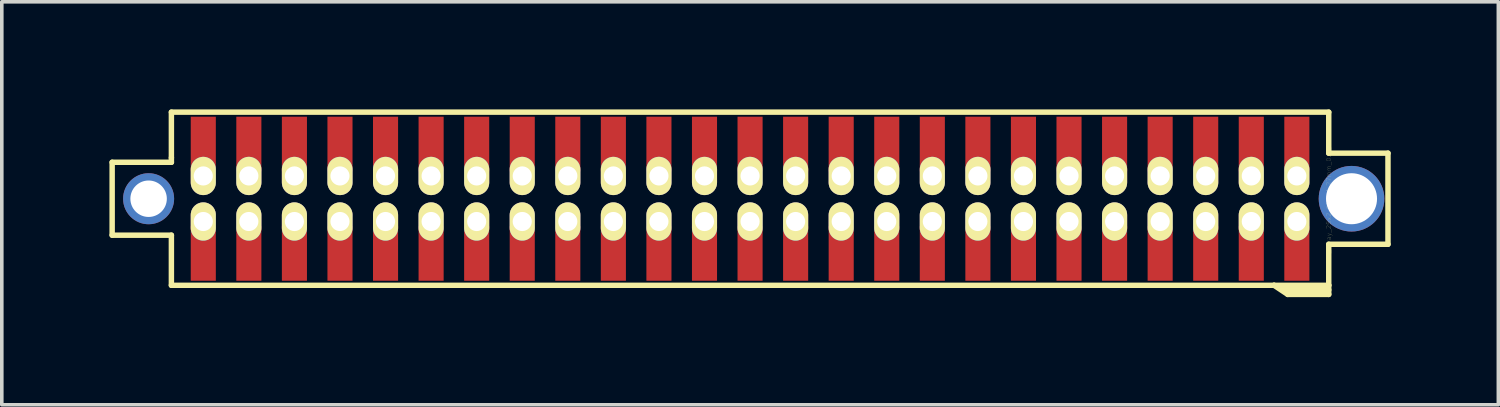
<source format=kicad_pcb>
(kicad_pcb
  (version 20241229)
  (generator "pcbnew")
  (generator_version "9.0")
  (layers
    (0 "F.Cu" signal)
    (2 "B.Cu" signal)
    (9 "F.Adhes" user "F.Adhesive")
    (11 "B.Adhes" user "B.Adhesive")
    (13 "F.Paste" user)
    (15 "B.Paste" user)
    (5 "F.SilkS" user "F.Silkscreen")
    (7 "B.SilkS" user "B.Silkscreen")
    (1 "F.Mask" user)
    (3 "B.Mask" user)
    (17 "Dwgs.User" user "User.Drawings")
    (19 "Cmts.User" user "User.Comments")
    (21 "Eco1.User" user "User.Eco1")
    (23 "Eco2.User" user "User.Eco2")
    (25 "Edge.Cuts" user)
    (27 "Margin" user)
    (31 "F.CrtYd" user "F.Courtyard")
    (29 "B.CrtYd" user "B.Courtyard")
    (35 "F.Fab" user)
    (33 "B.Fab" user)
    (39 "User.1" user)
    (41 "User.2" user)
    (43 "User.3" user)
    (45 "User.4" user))
  (footprint "Pin_Array_25x2_SMT_1.27mm_0.5_inch"
    (layer "F.Cu")
    (at 17.856 2.489)
    (property "Reference" "Pin_Array_25x2_SMT_1.27mm_0.5_inch" (at 16.129 0 90) (layer "F.SilkS") (effects (font (size 0.127 0.127) (thickness 0.003))))
    (attr smd)
    (fp_line (start -17.78 -1.016) (end -17.78 1.016) (stroke (width 0.152) (type solid)) (layer "F.SilkS"))
    (fp_line (start -17.78 1.016) (end -16.129 1.016) (stroke (width 0.152) (type solid)) (layer "F.SilkS"))
    (fp_line (start -16.129 -2.413) (end -16.129 -1.143) (stroke (width 0.152) (type solid)) (layer "F.SilkS"))
    (fp_line (start -16.129 -1.143) (end -16.129 -1.016) (stroke (width 0.152) (type solid)) (layer "F.SilkS"))
    (fp_line (start -16.129 -1.016) (end -17.78 -1.016) (stroke (width 0.152) (type solid)) (layer "F.SilkS"))
    (fp_line (start -16.129 1.016) (end -16.129 2.413) (stroke (width 0.152) (type solid)) (layer "F.SilkS"))
    (fp_line (start -16.129 2.413) (end 14.605 2.413) (stroke (width 0.152) (type solid)) (layer "F.SilkS"))
    (fp_line (start 14.605 2.413) (end 14.986 2.667) (stroke (width 0.152) (type solid)) (layer "F.SilkS"))
    (fp_line (start 14.986 2.667) (end 16.129 2.667) (stroke (width 0.152) (type solid)) (layer "F.SilkS"))
    (fp_line (start 16.129 -2.413) (end -16.129 -2.413) (stroke (width 0.152) (type solid)) (layer "F.SilkS"))
    (fp_line (start 16.129 -1.27) (end 16.129 -2.413) (stroke (width 0.152) (type solid)) (layer "F.SilkS"))
    (fp_line (start 16.129 -1.27) (end 17.78 -1.27) (stroke (width 0.152) (type solid)) (layer "F.SilkS"))
    (fp_line (start 16.129 1.27) (end 16.129 2.413) (stroke (width 0.152) (type solid)) (layer "F.SilkS"))
    (fp_line (start 16.129 2.413) (end 14.605 2.413) (stroke (width 0.152) (type solid)) (layer "F.SilkS"))
    (fp_line (start 16.129 2.54) (end 14.859 2.54) (stroke (width 0.152) (type solid)) (layer "F.SilkS"))
    (fp_line (start 16.129 2.667) (end 16.129 2.413) (stroke (width 0.152) (type solid)) (layer "F.SilkS"))
    (fp_line (start 17.78 -1.27) (end 17.78 1.27) (stroke (width 0.152) (type solid)) (layer "F.SilkS"))
    (fp_line (start 17.78 1.27) (end 16.129 1.27) (stroke (width 0.152) (type solid)) (layer "F.SilkS"))
    (pad "1" smd rect (at 15.24 -1.524) (size 0.699 1.524) (layers "F.Cu" "F.Mask" "F.Paste"))
    (pad "1" thru_hole oval (at 15.24 -0.635) (size 0.699 1.067) (drill 0.533) (layers "*.Cu" "*.Mask" "F.SilkS"))
    (pad "2" thru_hole oval (at 15.24 0.635) (size 0.699 1.067) (drill 0.533) (layers "*.Cu" "*.Mask" "F.SilkS"))
    (pad "2" smd rect (at 15.24 1.524) (size 0.699 1.524) (layers "F.Cu" "F.Mask" "F.Paste"))
    (pad "3" smd rect (at 13.97 -1.524) (size 0.699 1.524) (layers "F.Cu" "F.Mask" "F.Paste"))
    (pad "3" thru_hole oval (at 13.97 -0.635) (size 0.699 1.067) (drill 0.533) (layers "*.Cu" "*.Mask" "F.SilkS"))
    (pad "4" thru_hole oval (at 13.97 0.635) (size 0.699 1.067) (drill 0.533) (layers "*.Cu" "*.Mask" "F.SilkS"))
    (pad "4" smd rect (at 13.97 1.524) (size 0.699 1.524) (layers "F.Cu" "F.Mask" "F.Paste"))
    (pad "5" smd rect (at 12.7 -1.524) (size 0.699 1.524) (layers "F.Cu" "F.Mask" "F.Paste"))
    (pad "5" thru_hole oval (at 12.7 -0.635) (size 0.699 1.067) (drill 0.533) (layers "*.Cu" "*.Mask" "F.SilkS"))
    (pad "6" thru_hole oval (at 12.7 0.635) (size 0.699 1.067) (drill 0.533) (layers "*.Cu" "*.Mask" "F.SilkS"))
    (pad "6" smd rect (at 12.7 1.524) (size 0.699 1.524) (layers "F.Cu" "F.Mask" "F.Paste"))
    (pad "7" smd rect (at 11.43 -1.524) (size 0.699 1.524) (layers "F.Cu" "F.Mask" "F.Paste"))
    (pad "7" thru_hole oval (at 11.43 -0.635) (size 0.699 1.067) (drill 0.533) (layers "*.Cu" "*.Mask" "F.SilkS"))
    (pad "8" thru_hole oval (at 11.43 0.635) (size 0.699 1.067) (drill 0.533) (layers "*.Cu" "*.Mask" "F.SilkS"))
    (pad "8" smd rect (at 11.43 1.524) (size 0.699 1.524) (layers "F.Cu" "F.Mask" "F.Paste"))
    (pad "9" smd rect (at 10.16 -1.524) (size 0.699 1.524) (layers "F.Cu" "F.Mask" "F.Paste"))
    (pad "9" thru_hole oval (at 10.16 -0.635) (size 0.699 1.067) (drill 0.533) (layers "*.Cu" "*.Mask" "F.SilkS"))
    (pad "10" thru_hole oval (at 10.16 0.635) (size 0.699 1.067) (drill 0.533) (layers "*.Cu" "*.Mask" "F.SilkS"))
    (pad "10" smd rect (at 10.16 1.524) (size 0.699 1.524) (layers "F.Cu" "F.Mask" "F.Paste"))
    (pad "11" smd rect (at 8.89 -1.524) (size 0.699 1.524) (layers "F.Cu" "F.Mask" "F.Paste"))
    (pad "11" thru_hole oval (at 8.89 -0.635) (size 0.699 1.067) (drill 0.533) (layers "*.Cu" "*.Mask" "F.SilkS"))
    (pad "12" thru_hole oval (at 8.89 0.635) (size 0.699 1.067) (drill 0.533) (layers "*.Cu" "*.Mask" "F.SilkS"))
    (pad "12" smd rect (at 8.89 1.524) (size 0.699 1.524) (layers "F.Cu" "F.Mask" "F.Paste"))
    (pad "13" smd rect (at 7.62 -1.524) (size 0.699 1.524) (layers "F.Cu" "F.Mask" "F.Paste"))
    (pad "13" thru_hole oval (at 7.62 -0.635) (size 0.699 1.067) (drill 0.533) (layers "*.Cu" "*.Mask" "F.SilkS"))
    (pad "14" thru_hole oval (at 7.62 0.635) (size 0.699 1.067) (drill 0.533) (layers "*.Cu" "*.Mask" "F.SilkS"))
    (pad "14" smd rect (at 7.62 1.524) (size 0.699 1.524) (layers "F.Cu" "F.Mask" "F.Paste"))
    (pad "15" smd rect (at 6.35 -1.524) (size 0.699 1.524) (layers "F.Cu" "F.Mask" "F.Paste"))
    (pad "15" thru_hole oval (at 6.35 -0.635) (size 0.699 1.067) (drill 0.533) (layers "*.Cu" "*.Mask" "F.SilkS"))
    (pad "16" thru_hole oval (at 6.35 0.635) (size 0.699 1.067) (drill 0.533) (layers "*.Cu" "*.Mask" "F.SilkS"))
    (pad "16" smd rect (at 6.35 1.524) (size 0.699 1.524) (layers "F.Cu" "F.Mask" "F.Paste"))
    (pad "17" smd rect (at 5.08 -1.524) (size 0.699 1.524) (layers "F.Cu" "F.Mask" "F.Paste"))
    (pad "17" thru_hole oval (at 5.08 -0.635) (size 0.699 1.067) (drill 0.533) (layers "*.Cu" "*.Mask" "F.SilkS"))
    (pad "18" thru_hole oval (at 5.08 0.635) (size 0.699 1.067) (drill 0.533) (layers "*.Cu" "*.Mask" "F.SilkS"))
    (pad "18" smd rect (at 5.08 1.524) (size 0.699 1.524) (layers "F.Cu" "F.Mask" "F.Paste"))
    (pad "19" smd rect (at 3.81 -1.524) (size 0.699 1.524) (layers "F.Cu" "F.Mask" "F.Paste"))
    (pad "19" thru_hole oval (at 3.81 -0.635) (size 0.699 1.067) (drill 0.533) (layers "*.Cu" "*.Mask" "F.SilkS"))
    (pad "20" thru_hole oval (at 3.81 0.635) (size 0.699 1.067) (drill 0.533) (layers "*.Cu" "*.Mask" "F.SilkS"))
    (pad "20" smd rect (at 3.81 1.524) (size 0.699 1.524) (layers "F.Cu" "F.Mask" "F.Paste"))
    (pad "21" smd rect (at 2.54 -1.524) (size 0.699 1.524) (layers "F.Cu" "F.Mask" "F.Paste"))
    (pad "21" thru_hole oval (at 2.54 -0.635) (size 0.699 1.067) (drill 0.533) (layers "*.Cu" "*.Mask" "F.SilkS"))
    (pad "22" thru_hole oval (at 2.54 0.635) (size 0.699 1.067) (drill 0.533) (layers "*.Cu" "*.Mask" "F.SilkS"))
    (pad "22" smd rect (at 2.54 1.524) (size 0.699 1.524) (layers "F.Cu" "F.Mask" "F.Paste"))
    (pad "23" smd rect (at 1.27 -1.524) (size 0.699 1.524) (layers "F.Cu" "F.Mask" "F.Paste"))
    (pad "23" thru_hole oval (at 1.27 -0.635) (size 0.699 1.067) (drill 0.533) (layers "*.Cu" "*.Mask" "F.SilkS"))
    (pad "24" thru_hole oval (at 1.27 0.635) (size 0.699 1.067) (drill 0.533) (layers "*.Cu" "*.Mask" "F.SilkS"))
    (pad "24" smd rect (at 1.27 1.524) (size 0.699 1.524) (layers "F.Cu" "F.Mask" "F.Paste"))
    (pad "25" smd rect (at 0 -1.524) (size 0.699 1.524) (layers "F.Cu" "F.Mask" "F.Paste"))
    (pad "25" thru_hole oval (at 0 -0.635) (size 0.699 1.067) (drill 0.533) (layers "*.Cu" "*.Mask" "F.SilkS"))
    (pad "26" thru_hole oval (at 0 0.635) (size 0.699 1.067) (drill 0.533) (layers "*.Cu" "*.Mask" "F.SilkS"))
    (pad "26" smd rect (at 0 1.524) (size 0.699 1.524) (layers "F.Cu" "F.Mask" "F.Paste"))
    (pad "27" smd rect (at -1.27 -1.524) (size 0.699 1.524) (layers "F.Cu" "F.Mask" "F.Paste"))
    (pad "27" thru_hole oval (at -1.27 -0.635) (size 0.699 1.067) (drill 0.533) (layers "*.Cu" "*.Mask" "F.SilkS"))
    (pad "28" thru_hole oval (at -1.27 0.635) (size 0.699 1.067) (drill 0.533) (layers "*.Cu" "*.Mask" "F.SilkS"))
    (pad "28" smd rect (at -1.27 1.524) (size 0.699 1.524) (layers "F.Cu" "F.Mask" "F.Paste"))
    (pad "29" smd rect (at -2.54 -1.524) (size 0.699 1.524) (layers "F.Cu" "F.Mask" "F.Paste"))
    (pad "29" thru_hole oval (at -2.54 -0.635) (size 0.699 1.067) (drill 0.533) (layers "*.Cu" "*.Mask" "F.SilkS"))
    (pad "30" thru_hole oval (at -2.54 0.635) (size 0.699 1.067) (drill 0.533) (layers "*.Cu" "*.Mask" "F.SilkS"))
    (pad "30" smd rect (at -2.54 1.524) (size 0.699 1.524) (layers "F.Cu" "F.Mask" "F.Paste"))
    (pad "31" smd rect (at -3.81 -1.524) (size 0.699 1.524) (layers "F.Cu" "F.Mask" "F.Paste"))
    (pad "31" thru_hole oval (at -3.81 -0.635) (size 0.699 1.067) (drill 0.533) (layers "*.Cu" "*.Mask" "F.SilkS"))
    (pad "32" thru_hole oval (at -3.81 0.635) (size 0.699 1.067) (drill 0.533) (layers "*.Cu" "*.Mask" "F.SilkS"))
    (pad "32" smd rect (at -3.81 1.524) (size 0.699 1.524) (layers "F.Cu" "F.Mask" "F.Paste"))
    (pad "33" smd rect (at -5.08 -1.524) (size 0.699 1.524) (layers "F.Cu" "F.Mask" "F.Paste"))
    (pad "33" thru_hole oval (at -5.08 -0.635) (size 0.699 1.067) (drill 0.533) (layers "*.Cu" "*.Mask" "F.SilkS"))
    (pad "34" thru_hole oval (at -5.08 0.635) (size 0.699 1.067) (drill 0.533) (layers "*.Cu" "*.Mask" "F.SilkS"))
    (pad "34" smd rect (at -5.08 1.524) (size 0.699 1.524) (layers "F.Cu" "F.Mask" "F.Paste"))
    (pad "35" smd rect (at -6.35 -1.524) (size 0.699 1.524) (layers "F.Cu" "F.Mask" "F.Paste"))
    (pad "35" thru_hole oval (at -6.35 -0.635) (size 0.699 1.067) (drill 0.533) (layers "*.Cu" "*.Mask" "F.SilkS"))
    (pad "36" thru_hole oval (at -6.35 0.635) (size 0.699 1.067) (drill 0.533) (layers "*.Cu" "*.Mask" "F.SilkS"))
    (pad "36" smd rect (at -6.35 1.524) (size 0.699 1.524) (layers "F.Cu" "F.Mask" "F.Paste"))
    (pad "37" smd rect (at -7.62 -1.524) (size 0.699 1.524) (layers "F.Cu" "F.Mask" "F.Paste"))
    (pad "37" thru_hole oval (at -7.62 -0.635) (size 0.699 1.067) (drill 0.533) (layers "*.Cu" "*.Mask" "F.SilkS"))
    (pad "38" thru_hole oval (at -7.62 0.635) (size 0.699 1.067) (drill 0.533) (layers "*.Cu" "*.Mask" "F.SilkS"))
    (pad "38" smd rect (at -7.62 1.524) (size 0.699 1.524) (layers "F.Cu" "F.Mask" "F.Paste"))
    (pad "39" smd rect (at -8.89 -1.524) (size 0.699 1.524) (layers "F.Cu" "F.Mask" "F.Paste"))
    (pad "39" thru_hole oval (at -8.89 -0.635) (size 0.699 1.067) (drill 0.533) (layers "*.Cu" "*.Mask" "F.SilkS"))
    (pad "40" thru_hole oval (at -8.89 0.635) (size 0.699 1.067) (drill 0.533) (layers "*.Cu" "*.Mask" "F.SilkS"))
    (pad "40" smd rect (at -8.89 1.524) (size 0.699 1.524) (layers "F.Cu" "F.Mask" "F.Paste"))
    (pad "41" smd rect (at -10.16 -1.524) (size 0.699 1.524) (layers "F.Cu" "F.Mask" "F.Paste"))
    (pad "41" thru_hole oval (at -10.16 -0.635) (size 0.699 1.067) (drill 0.533) (layers "*.Cu" "*.Mask" "F.SilkS"))
    (pad "42" thru_hole oval (at -10.16 0.635) (size 0.699 1.067) (drill 0.533) (layers "*.Cu" "*.Mask" "F.SilkS"))
    (pad "42" smd rect (at -10.16 1.524) (size 0.699 1.524) (layers "F.Cu" "F.Mask" "F.Paste"))
    (pad "43" smd rect (at -11.43 -1.524) (size 0.699 1.524) (layers "F.Cu" "F.Mask" "F.Paste"))
    (pad "43" thru_hole oval (at -11.43 -0.635) (size 0.699 1.067) (drill 0.533) (layers "*.Cu" "*.Mask" "F.SilkS"))
    (pad "44" thru_hole oval (at -11.43 0.635) (size 0.699 1.067) (drill 0.533) (layers "*.Cu" "*.Mask" "F.SilkS"))
    (pad "44" smd rect (at -11.43 1.524) (size 0.699 1.524) (layers "F.Cu" "F.Mask" "F.Paste"))
    (pad "45" smd rect (at -12.7 -1.524) (size 0.699 1.524) (layers "F.Cu" "F.Mask" "F.Paste"))
    (pad "45" thru_hole oval (at -12.7 -0.635) (size 0.699 1.067) (drill 0.533) (layers "*.Cu" "*.Mask" "F.SilkS"))
    (pad "46" thru_hole oval (at -12.7 0.635) (size 0.699 1.067) (drill 0.533) (layers "*.Cu" "*.Mask" "F.SilkS"))
    (pad "46" smd rect (at -12.7 1.524) (size 0.699 1.524) (layers "F.Cu" "F.Mask" "F.Paste"))
    (pad "47" smd rect (at -13.97 -1.524) (size 0.699 1.524) (layers "F.Cu" "F.Mask" "F.Paste"))
    (pad "47" thru_hole oval (at -13.97 -0.635) (size 0.699 1.067) (drill 0.533) (layers "*.Cu" "*.Mask" "F.SilkS"))
    (pad "48" thru_hole oval (at -13.97 0.635) (size 0.699 1.067) (drill 0.533) (layers "*.Cu" "*.Mask" "F.SilkS"))
    (pad "48" smd rect (at -13.97 1.524) (size 0.699 1.524) (layers "F.Cu" "F.Mask" "F.Paste"))
    (pad "49" smd rect (at -15.24 -1.524) (size 0.699 1.524) (layers "F.Cu" "F.Mask" "F.Paste"))
    (pad "49" thru_hole oval (at -15.24 -0.635) (size 0.699 1.067) (drill 0.533) (layers "*.Cu" "*.Mask" "F.SilkS"))
    (pad "50" thru_hole oval (at -15.24 0.635) (size 0.699 1.067) (drill 0.533) (layers "*.Cu" "*.Mask" "F.SilkS"))
    (pad "50" smd rect (at -15.24 1.524) (size 0.699 1.524) (layers "F.Cu" "F.Mask" "F.Paste"))
    (pad "51" thru_hole circle (at -16.764 0) (size 1.422 1.422) (drill 1.016) (layers "*.Cu" "*.Mask"))
    (pad "51" thru_hole circle (at 16.764 0) (size 1.829 1.829) (drill 1.422) (layers "*.Cu" "*.Mask")))
  (gr_rect
    (start -3 -3)
    (end 38.712 8.232)
    (stroke (width 0.1) (type default))
    (fill no)
    (layer "Edge.Cuts")))
</source>
